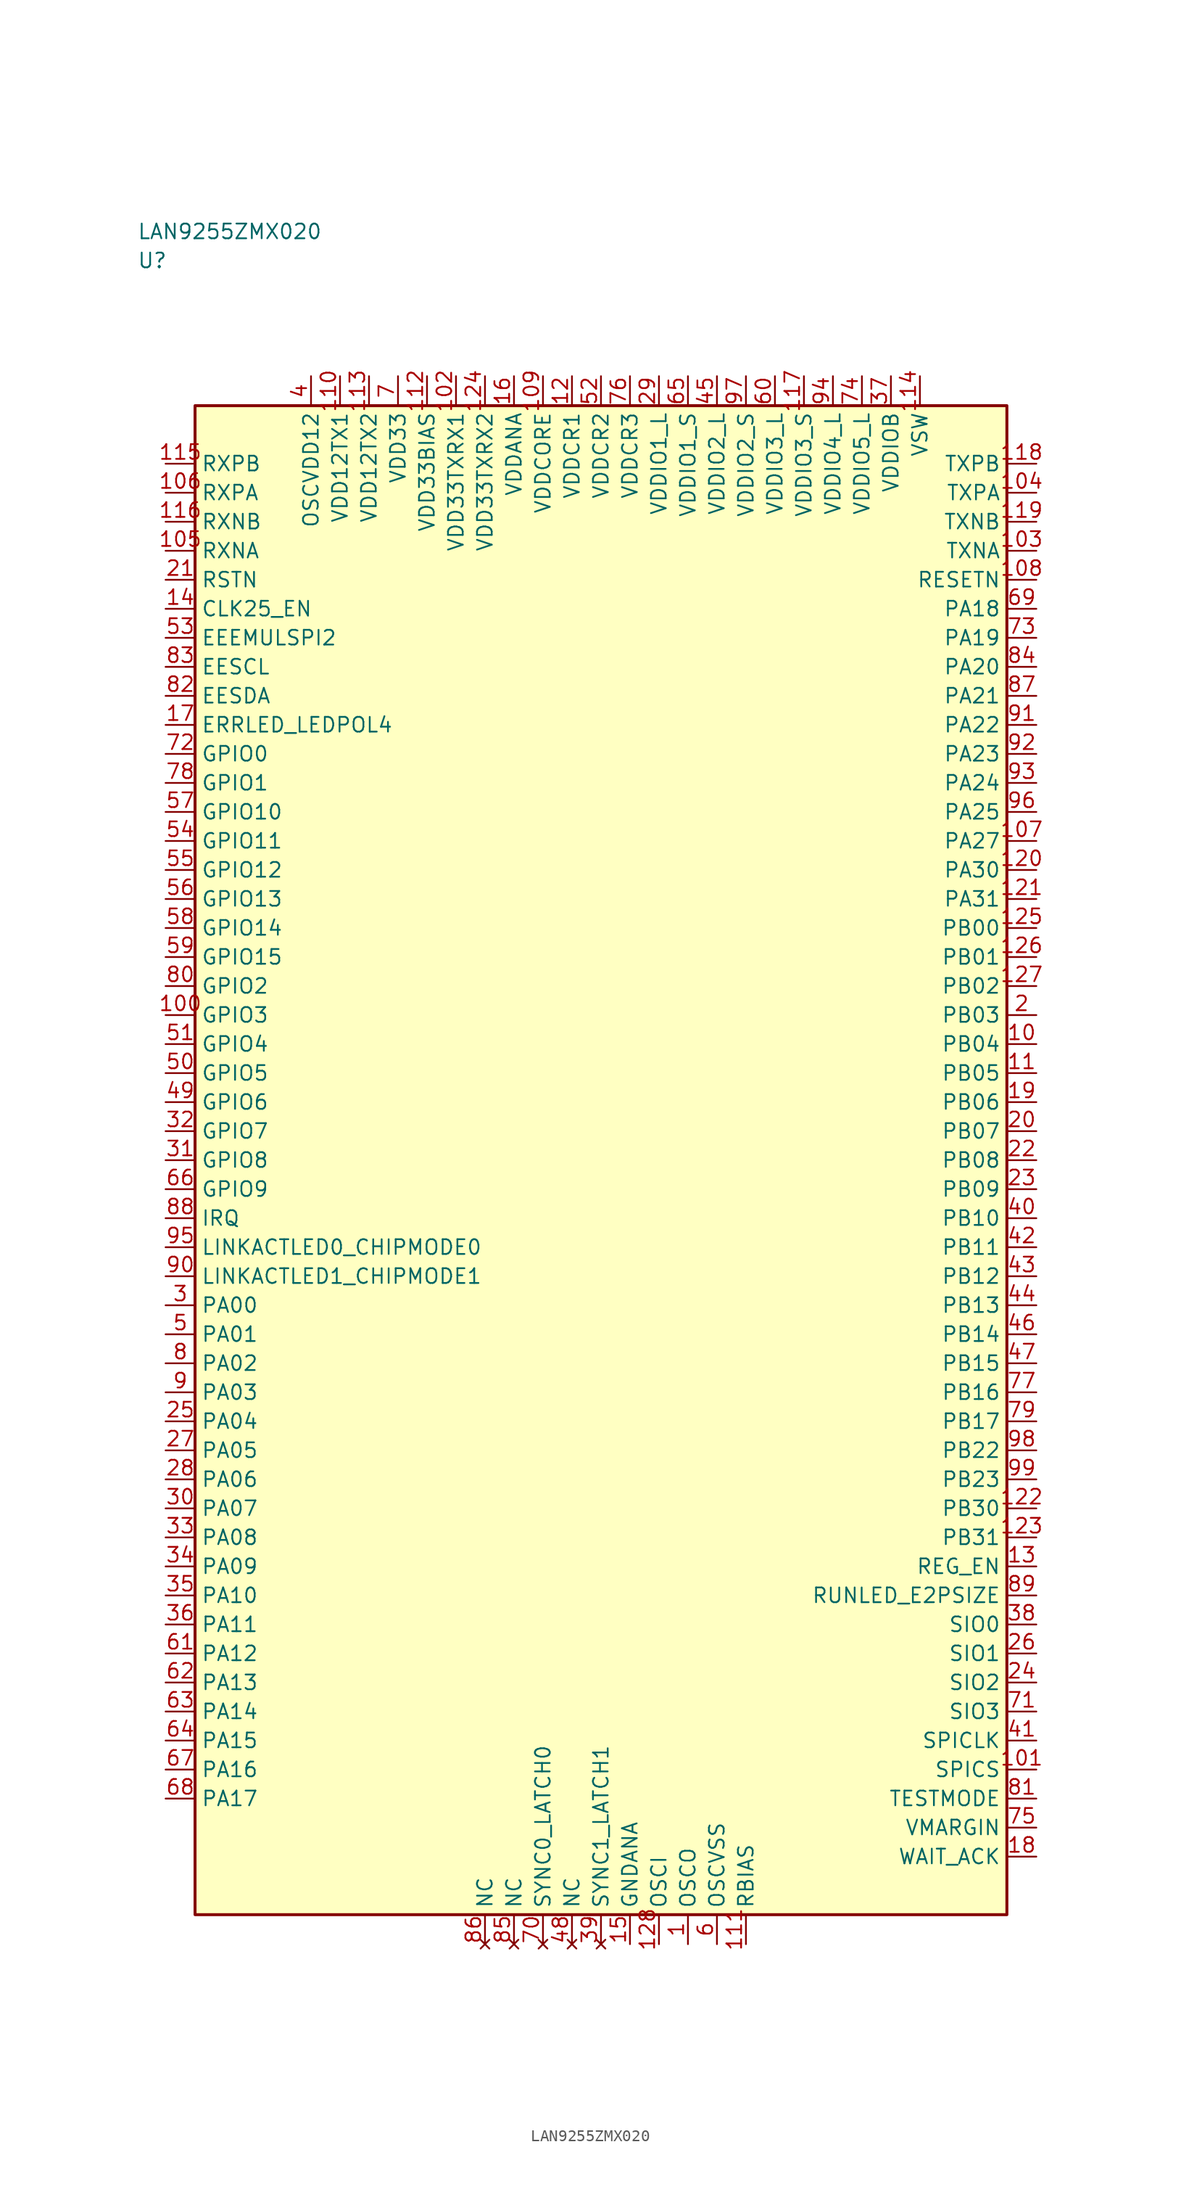
<source format=kicad_sym>
(kicad_symbol_lib
  (version 20241025)
  (generator "kicad_symbol_editor")
  (generator_version "8.0")
  (symbol "LAN9255ZMX020"
    (property "Reference" "U"
      (at -40.0 77.5 0)
      (effects (font (size 1.27 1.27)) (justify left)))
    (property "Value" "LAN9255ZMX020"
      (at -40.0 80.0 0)
      (effects (font (size 1.27 1.27)) (justify left)))
    (symbol "LAN9255ZMX020_0_1"
      (rectangle (start -35.0 65.0) (end 35.0 -65.0) (stroke (width 0.254) (type default)) (fill (type background))))
    (symbol "LAN9255ZMX020_1_1"
      (pin passive line (at 7.5 -67.54 90.0) (length 2.54) (name "OSCO" (effects (font (size 1.27 1.27)))) (number "1" (effects (font (size 1.27 1.27)))))
      (pin bidirectional line (at 37.54 12.5 180.0) (length 2.54) (name "PB03" (effects (font (size 1.27 1.27)))) (number "2" (effects (font (size 1.27 1.27)))))
      (pin bidirectional line (at -37.54 -12.5 0.0) (length 2.54) (name "PA00" (effects (font (size 1.27 1.27)))) (number "3" (effects (font (size 1.27 1.27)))))
      (pin power_in line (at -25.0 67.54 270.0) (length 2.54) (name "OSCVDD12" (effects (font (size 1.27 1.27)))) (number "4" (effects (font (size 1.27 1.27)))))
      (pin bidirectional line (at -37.54 -15.0 0.0) (length 2.54) (name "PA01" (effects (font (size 1.27 1.27)))) (number "5" (effects (font (size 1.27 1.27)))))
      (pin passive line (at 10.0 -67.54 90.0) (length 2.54) (name "OSCVSS" (effects (font (size 1.27 1.27)))) (number "6" (effects (font (size 1.27 1.27)))))
      (pin power_in line (at -17.5 67.54 270.0) (length 2.54) (name "VDD33" (effects (font (size 1.27 1.27)))) (number "7" (effects (font (size 1.27 1.27)))))
      (pin bidirectional line (at -37.54 -17.5 0.0) (length 2.54) (name "PA02" (effects (font (size 1.27 1.27)))) (number "8" (effects (font (size 1.27 1.27)))))
      (pin bidirectional line (at -37.54 -20.0 0.0) (length 2.54) (name "PA03" (effects (font (size 1.27 1.27)))) (number "9" (effects (font (size 1.27 1.27)))))
      (pin bidirectional line (at 37.54 10.0 180.0) (length 2.54) (name "PB04" (effects (font (size 1.27 1.27)))) (number "10" (effects (font (size 1.27 1.27)))))
      (pin bidirectional line (at 37.54 7.5 180.0) (length 2.54) (name "PB05" (effects (font (size 1.27 1.27)))) (number "11" (effects (font (size 1.27 1.27)))))
      (pin power_in line (at -2.5 67.54 270.0) (length 2.54) (name "VDDCR1" (effects (font (size 1.27 1.27)))) (number "12" (effects (font (size 1.27 1.27)))))
      (pin bidirectional line (at 37.54 -35.0 180.0) (length 2.54) (name "REG_EN" (effects (font (size 1.27 1.27)))) (number "13" (effects (font (size 1.27 1.27)))))
      (pin bidirectional line (at -37.54 47.5 0.0) (length 2.54) (name "CLK25_EN" (effects (font (size 1.27 1.27)))) (number "14" (effects (font (size 1.27 1.27)))))
      (pin passive line (at 2.5 -67.54 90.0) (length 2.54) (name "GNDANA" (effects (font (size 1.27 1.27)))) (number "15" (effects (font (size 1.27 1.27)))))
      (pin power_in line (at -7.5 67.54 270.0) (length 2.54) (name "VDDANA" (effects (font (size 1.27 1.27)))) (number "16" (effects (font (size 1.27 1.27)))))
      (pin bidirectional line (at -37.54 37.5 0.0) (length 2.54) (name "ERRLED_LEDPOL4" (effects (font (size 1.27 1.27)))) (number "17" (effects (font (size 1.27 1.27)))))
      (pin bidirectional line (at 37.54 -60.0 180.0) (length 2.54) (name "WAIT_ACK" (effects (font (size 1.27 1.27)))) (number "18" (effects (font (size 1.27 1.27)))))
      (pin bidirectional line (at 37.54 5.0 180.0) (length 2.54) (name "PB06" (effects (font (size 1.27 1.27)))) (number "19" (effects (font (size 1.27 1.27)))))
      (pin bidirectional line (at 37.54 2.5 180.0) (length 2.54) (name "PB07" (effects (font (size 1.27 1.27)))) (number "20" (effects (font (size 1.27 1.27)))))
      (pin input line (at -37.54 50.0 0.0) (length 2.54) (name "RSTN" (effects (font (size 1.27 1.27)))) (number "21" (effects (font (size 1.27 1.27)))))
      (pin bidirectional line (at 37.54 0.0 180.0) (length 2.54) (name "PB08" (effects (font (size 1.27 1.27)))) (number "22" (effects (font (size 1.27 1.27)))))
      (pin bidirectional line (at 37.54 -2.5 180.0) (length 2.54) (name "PB09" (effects (font (size 1.27 1.27)))) (number "23" (effects (font (size 1.27 1.27)))))
      (pin bidirectional line (at 37.54 -45.0 180.0) (length 2.54) (name "SIO2" (effects (font (size 1.27 1.27)))) (number "24" (effects (font (size 1.27 1.27)))))
      (pin bidirectional line (at -37.54 -22.5 0.0) (length 2.54) (name "PA04" (effects (font (size 1.27 1.27)))) (number "25" (effects (font (size 1.27 1.27)))))
      (pin bidirectional line (at 37.54 -42.5 180.0) (length 2.54) (name "SIO1" (effects (font (size 1.27 1.27)))) (number "26" (effects (font (size 1.27 1.27)))))
      (pin bidirectional line (at -37.54 -25.0 0.0) (length 2.54) (name "PA05" (effects (font (size 1.27 1.27)))) (number "27" (effects (font (size 1.27 1.27)))))
      (pin bidirectional line (at -37.54 -27.5 0.0) (length 2.54) (name "PA06" (effects (font (size 1.27 1.27)))) (number "28" (effects (font (size 1.27 1.27)))))
      (pin power_in line (at 5.0 67.54 270.0) (length 2.54) (name "VDDIO1_L" (effects (font (size 1.27 1.27)))) (number "29" (effects (font (size 1.27 1.27)))))
      (pin bidirectional line (at -37.54 -30.0 0.0) (length 2.54) (name "PA07" (effects (font (size 1.27 1.27)))) (number "30" (effects (font (size 1.27 1.27)))))
      (pin bidirectional line (at -37.54 0.0 0.0) (length 2.54) (name "GPIO8" (effects (font (size 1.27 1.27)))) (number "31" (effects (font (size 1.27 1.27)))))
      (pin bidirectional line (at -37.54 2.5 0.0) (length 2.54) (name "GPIO7" (effects (font (size 1.27 1.27)))) (number "32" (effects (font (size 1.27 1.27)))))
      (pin bidirectional line (at -37.54 -32.5 0.0) (length 2.54) (name "PA08" (effects (font (size 1.27 1.27)))) (number "33" (effects (font (size 1.27 1.27)))))
      (pin bidirectional line (at -37.54 -35.0 0.0) (length 2.54) (name "PA09" (effects (font (size 1.27 1.27)))) (number "34" (effects (font (size 1.27 1.27)))))
      (pin bidirectional line (at -37.54 -37.5 0.0) (length 2.54) (name "PA10" (effects (font (size 1.27 1.27)))) (number "35" (effects (font (size 1.27 1.27)))))
      (pin bidirectional line (at -37.54 -40.0 0.0) (length 2.54) (name "PA11" (effects (font (size 1.27 1.27)))) (number "36" (effects (font (size 1.27 1.27)))))
      (pin power_in line (at 25.0 67.54 270.0) (length 2.54) (name "VDDIOB" (effects (font (size 1.27 1.27)))) (number "37" (effects (font (size 1.27 1.27)))))
      (pin bidirectional line (at 37.54 -40.0 180.0) (length 2.54) (name "SIO0" (effects (font (size 1.27 1.27)))) (number "38" (effects (font (size 1.27 1.27)))))
      (pin no_connect line (at 0.0 -67.54 90.0) (length 2.54) (name "SYNC1_LATCH1" (effects (font (size 1.27 1.27)))) (number "39" (effects (font (size 1.27 1.27)))))
      (pin bidirectional line (at 37.54 -5.0 180.0) (length 2.54) (name "PB10" (effects (font (size 1.27 1.27)))) (number "40" (effects (font (size 1.27 1.27)))))
      (pin bidirectional line (at 37.54 -50.0 180.0) (length 2.54) (name "SPICLK" (effects (font (size 1.27 1.27)))) (number "41" (effects (font (size 1.27 1.27)))))
      (pin bidirectional line (at 37.54 -7.5 180.0) (length 2.54) (name "PB11" (effects (font (size 1.27 1.27)))) (number "42" (effects (font (size 1.27 1.27)))))
      (pin bidirectional line (at 37.54 -10.0 180.0) (length 2.54) (name "PB12" (effects (font (size 1.27 1.27)))) (number "43" (effects (font (size 1.27 1.27)))))
      (pin bidirectional line (at 37.54 -12.5 180.0) (length 2.54) (name "PB13" (effects (font (size 1.27 1.27)))) (number "44" (effects (font (size 1.27 1.27)))))
      (pin power_in line (at 10.0 67.54 270.0) (length 2.54) (name "VDDIO2_L" (effects (font (size 1.27 1.27)))) (number "45" (effects (font (size 1.27 1.27)))))
      (pin bidirectional line (at 37.54 -15.0 180.0) (length 2.54) (name "PB14" (effects (font (size 1.27 1.27)))) (number "46" (effects (font (size 1.27 1.27)))))
      (pin bidirectional line (at 37.54 -17.5 180.0) (length 2.54) (name "PB15" (effects (font (size 1.27 1.27)))) (number "47" (effects (font (size 1.27 1.27)))))
      (pin no_connect line (at -2.5 -67.54 90.0) (length 2.54) (name "NC" (effects (font (size 1.27 1.27)))) (number "48" (effects (font (size 1.27 1.27)))))
      (pin bidirectional line (at -37.54 5.0 0.0) (length 2.54) (name "GPIO6" (effects (font (size 1.27 1.27)))) (number "49" (effects (font (size 1.27 1.27)))))
      (pin bidirectional line (at -37.54 7.5 0.0) (length 2.54) (name "GPIO5" (effects (font (size 1.27 1.27)))) (number "50" (effects (font (size 1.27 1.27)))))
      (pin bidirectional line (at -37.54 10.0 0.0) (length 2.54) (name "GPIO4" (effects (font (size 1.27 1.27)))) (number "51" (effects (font (size 1.27 1.27)))))
      (pin power_in line (at 0.0 67.54 270.0) (length 2.54) (name "VDDCR2" (effects (font (size 1.27 1.27)))) (number "52" (effects (font (size 1.27 1.27)))))
      (pin bidirectional line (at -37.54 45.0 0.0) (length 2.54) (name "EEEMULSPI2" (effects (font (size 1.27 1.27)))) (number "53" (effects (font (size 1.27 1.27)))))
      (pin bidirectional line (at -37.54 27.5 0.0) (length 2.54) (name "GPIO11" (effects (font (size 1.27 1.27)))) (number "54" (effects (font (size 1.27 1.27)))))
      (pin bidirectional line (at -37.54 25.0 0.0) (length 2.54) (name "GPIO12" (effects (font (size 1.27 1.27)))) (number "55" (effects (font (size 1.27 1.27)))))
      (pin bidirectional line (at -37.54 22.5 0.0) (length 2.54) (name "GPIO13" (effects (font (size 1.27 1.27)))) (number "56" (effects (font (size 1.27 1.27)))))
      (pin bidirectional line (at -37.54 30.0 0.0) (length 2.54) (name "GPIO10" (effects (font (size 1.27 1.27)))) (number "57" (effects (font (size 1.27 1.27)))))
      (pin bidirectional line (at -37.54 20.0 0.0) (length 2.54) (name "GPIO14" (effects (font (size 1.27 1.27)))) (number "58" (effects (font (size 1.27 1.27)))))
      (pin bidirectional line (at -37.54 17.5 0.0) (length 2.54) (name "GPIO15" (effects (font (size 1.27 1.27)))) (number "59" (effects (font (size 1.27 1.27)))))
      (pin power_in line (at 15.0 67.54 270.0) (length 2.54) (name "VDDIO3_L" (effects (font (size 1.27 1.27)))) (number "60" (effects (font (size 1.27 1.27)))))
      (pin bidirectional line (at -37.54 -42.5 0.0) (length 2.54) (name "PA12" (effects (font (size 1.27 1.27)))) (number "61" (effects (font (size 1.27 1.27)))))
      (pin bidirectional line (at -37.54 -45.0 0.0) (length 2.54) (name "PA13" (effects (font (size 1.27 1.27)))) (number "62" (effects (font (size 1.27 1.27)))))
      (pin bidirectional line (at -37.54 -47.5 0.0) (length 2.54) (name "PA14" (effects (font (size 1.27 1.27)))) (number "63" (effects (font (size 1.27 1.27)))))
      (pin bidirectional line (at -37.54 -50.0 0.0) (length 2.54) (name "PA15" (effects (font (size 1.27 1.27)))) (number "64" (effects (font (size 1.27 1.27)))))
      (pin power_in line (at 7.5 67.54 270.0) (length 2.54) (name "VDDIO1_S" (effects (font (size 1.27 1.27)))) (number "65" (effects (font (size 1.27 1.27)))))
      (pin bidirectional line (at -37.54 -2.5 0.0) (length 2.54) (name "GPIO9" (effects (font (size 1.27 1.27)))) (number "66" (effects (font (size 1.27 1.27)))))
      (pin bidirectional line (at -37.54 -52.5 0.0) (length 2.54) (name "PA16" (effects (font (size 1.27 1.27)))) (number "67" (effects (font (size 1.27 1.27)))))
      (pin bidirectional line (at -37.54 -55.0 0.0) (length 2.54) (name "PA17" (effects (font (size 1.27 1.27)))) (number "68" (effects (font (size 1.27 1.27)))))
      (pin bidirectional line (at 37.54 47.5 180.0) (length 2.54) (name "PA18" (effects (font (size 1.27 1.27)))) (number "69" (effects (font (size 1.27 1.27)))))
      (pin no_connect line (at -5.0 -67.54 90.0) (length 2.54) (name "SYNC0_LATCH0" (effects (font (size 1.27 1.27)))) (number "70" (effects (font (size 1.27 1.27)))))
      (pin bidirectional line (at 37.54 -47.5 180.0) (length 2.54) (name "SIO3" (effects (font (size 1.27 1.27)))) (number "71" (effects (font (size 1.27 1.27)))))
      (pin bidirectional line (at -37.54 35.0 0.0) (length 2.54) (name "GPIO0" (effects (font (size 1.27 1.27)))) (number "72" (effects (font (size 1.27 1.27)))))
      (pin bidirectional line (at 37.54 45.0 180.0) (length 2.54) (name "PA19" (effects (font (size 1.27 1.27)))) (number "73" (effects (font (size 1.27 1.27)))))
      (pin power_in line (at 22.5 67.54 270.0) (length 2.54) (name "VDDIO5_L" (effects (font (size 1.27 1.27)))) (number "74" (effects (font (size 1.27 1.27)))))
      (pin bidirectional line (at 37.54 -57.5 180.0) (length 2.54) (name "VMARGIN" (effects (font (size 1.27 1.27)))) (number "75" (effects (font (size 1.27 1.27)))))
      (pin power_in line (at 2.5 67.54 270.0) (length 2.54) (name "VDDCR3" (effects (font (size 1.27 1.27)))) (number "76" (effects (font (size 1.27 1.27)))))
      (pin bidirectional line (at 37.54 -20.0 180.0) (length 2.54) (name "PB16" (effects (font (size 1.27 1.27)))) (number "77" (effects (font (size 1.27 1.27)))))
      (pin bidirectional line (at -37.54 32.5 0.0) (length 2.54) (name "GPIO1" (effects (font (size 1.27 1.27)))) (number "78" (effects (font (size 1.27 1.27)))))
      (pin bidirectional line (at 37.54 -22.5 180.0) (length 2.54) (name "PB17" (effects (font (size 1.27 1.27)))) (number "79" (effects (font (size 1.27 1.27)))))
      (pin bidirectional line (at -37.54 15.0 0.0) (length 2.54) (name "GPIO2" (effects (font (size 1.27 1.27)))) (number "80" (effects (font (size 1.27 1.27)))))
      (pin bidirectional line (at 37.54 -55.0 180.0) (length 2.54) (name "TESTMODE" (effects (font (size 1.27 1.27)))) (number "81" (effects (font (size 1.27 1.27)))))
      (pin bidirectional line (at -37.54 40.0 0.0) (length 2.54) (name "EESDA" (effects (font (size 1.27 1.27)))) (number "82" (effects (font (size 1.27 1.27)))))
      (pin bidirectional line (at -37.54 42.5 0.0) (length 2.54) (name "EESCL" (effects (font (size 1.27 1.27)))) (number "83" (effects (font (size 1.27 1.27)))))
      (pin bidirectional line (at 37.54 42.5 180.0) (length 2.54) (name "PA20" (effects (font (size 1.27 1.27)))) (number "84" (effects (font (size 1.27 1.27)))))
      (pin no_connect line (at -7.5 -67.54 90.0) (length 2.54) (name "NC" (effects (font (size 1.27 1.27)))) (number "85" (effects (font (size 1.27 1.27)))))
      (pin no_connect line (at -10.0 -67.54 90.0) (length 2.54) (name "NC" (effects (font (size 1.27 1.27)))) (number "86" (effects (font (size 1.27 1.27)))))
      (pin bidirectional line (at 37.54 40.0 180.0) (length 2.54) (name "PA21" (effects (font (size 1.27 1.27)))) (number "87" (effects (font (size 1.27 1.27)))))
      (pin bidirectional line (at -37.54 -5.0 0.0) (length 2.54) (name "IRQ" (effects (font (size 1.27 1.27)))) (number "88" (effects (font (size 1.27 1.27)))))
      (pin bidirectional line (at 37.54 -37.5 180.0) (length 2.54) (name "RUNLED_E2PSIZE" (effects (font (size 1.27 1.27)))) (number "89" (effects (font (size 1.27 1.27)))))
      (pin bidirectional line (at -37.54 -10.0 0.0) (length 2.54) (name "LINKACTLED1_CHIPMODE1" (effects (font (size 1.27 1.27)))) (number "90" (effects (font (size 1.27 1.27)))))
      (pin bidirectional line (at 37.54 37.5 180.0) (length 2.54) (name "PA22" (effects (font (size 1.27 1.27)))) (number "91" (effects (font (size 1.27 1.27)))))
      (pin bidirectional line (at 37.54 35.0 180.0) (length 2.54) (name "PA23" (effects (font (size 1.27 1.27)))) (number "92" (effects (font (size 1.27 1.27)))))
      (pin bidirectional line (at 37.54 32.5 180.0) (length 2.54) (name "PA24" (effects (font (size 1.27 1.27)))) (number "93" (effects (font (size 1.27 1.27)))))
      (pin power_in line (at 20.0 67.54 270.0) (length 2.54) (name "VDDIO4_L" (effects (font (size 1.27 1.27)))) (number "94" (effects (font (size 1.27 1.27)))))
      (pin bidirectional line (at -37.54 -7.5 0.0) (length 2.54) (name "LINKACTLED0_CHIPMODE0" (effects (font (size 1.27 1.27)))) (number "95" (effects (font (size 1.27 1.27)))))
      (pin bidirectional line (at 37.54 30.0 180.0) (length 2.54) (name "PA25" (effects (font (size 1.27 1.27)))) (number "96" (effects (font (size 1.27 1.27)))))
      (pin power_in line (at 12.5 67.54 270.0) (length 2.54) (name "VDDIO2_S" (effects (font (size 1.27 1.27)))) (number "97" (effects (font (size 1.27 1.27)))))
      (pin bidirectional line (at 37.54 -25.0 180.0) (length 2.54) (name "PB22" (effects (font (size 1.27 1.27)))) (number "98" (effects (font (size 1.27 1.27)))))
      (pin bidirectional line (at 37.54 -27.5 180.0) (length 2.54) (name "PB23" (effects (font (size 1.27 1.27)))) (number "99" (effects (font (size 1.27 1.27)))))
      (pin bidirectional line (at -37.54 12.5 0.0) (length 2.54) (name "GPIO3" (effects (font (size 1.27 1.27)))) (number "100" (effects (font (size 1.27 1.27)))))
      (pin bidirectional line (at 37.54 -52.5 180.0) (length 2.54) (name "SPICS" (effects (font (size 1.27 1.27)))) (number "101" (effects (font (size 1.27 1.27)))))
      (pin power_in line (at -12.5 67.54 270.0) (length 2.54) (name "VDD33TXRX1" (effects (font (size 1.27 1.27)))) (number "102" (effects (font (size 1.27 1.27)))))
      (pin output line (at 37.54 52.5 180.0) (length 2.54) (name "TXNA" (effects (font (size 1.27 1.27)))) (number "103" (effects (font (size 1.27 1.27)))))
      (pin output line (at 37.54 57.5 180.0) (length 2.54) (name "TXPA" (effects (font (size 1.27 1.27)))) (number "104" (effects (font (size 1.27 1.27)))))
      (pin input line (at -37.54 52.5 0.0) (length 2.54) (name "RXNA" (effects (font (size 1.27 1.27)))) (number "105" (effects (font (size 1.27 1.27)))))
      (pin input line (at -37.54 57.5 0.0) (length 2.54) (name "RXPA" (effects (font (size 1.27 1.27)))) (number "106" (effects (font (size 1.27 1.27)))))
      (pin bidirectional line (at 37.54 27.5 180.0) (length 2.54) (name "PA27" (effects (font (size 1.27 1.27)))) (number "107" (effects (font (size 1.27 1.27)))))
      (pin output line (at 37.54 50.0 180.0) (length 2.54) (name "RESETN" (effects (font (size 1.27 1.27)))) (number "108" (effects (font (size 1.27 1.27)))))
      (pin power_in line (at -5.0 67.54 270.0) (length 2.54) (name "VDDCORE" (effects (font (size 1.27 1.27)))) (number "109" (effects (font (size 1.27 1.27)))))
      (pin power_in line (at -22.5 67.54 270.0) (length 2.54) (name "VDD12TX1" (effects (font (size 1.27 1.27)))) (number "110" (effects (font (size 1.27 1.27)))))
      (pin passive line (at 12.5 -67.54 90.0) (length 2.54) (name "RBIAS" (effects (font (size 1.27 1.27)))) (number "111" (effects (font (size 1.27 1.27)))))
      (pin power_in line (at -15.0 67.54 270.0) (length 2.54) (name "VDD33BIAS" (effects (font (size 1.27 1.27)))) (number "112" (effects (font (size 1.27 1.27)))))
      (pin power_in line (at -20.0 67.54 270.0) (length 2.54) (name "VDD12TX2" (effects (font (size 1.27 1.27)))) (number "113" (effects (font (size 1.27 1.27)))))
      (pin power_in line (at 27.5 67.54 270.0) (length 2.54) (name "VSW" (effects (font (size 1.27 1.27)))) (number "114" (effects (font (size 1.27 1.27)))))
      (pin input line (at -37.54 60.0 0.0) (length 2.54) (name "RXPB" (effects (font (size 1.27 1.27)))) (number "115" (effects (font (size 1.27 1.27)))))
      (pin input line (at -37.54 55.0 0.0) (length 2.54) (name "RXNB" (effects (font (size 1.27 1.27)))) (number "116" (effects (font (size 1.27 1.27)))))
      (pin power_in line (at 17.5 67.54 270.0) (length 2.54) (name "VDDIO3_S" (effects (font (size 1.27 1.27)))) (number "117" (effects (font (size 1.27 1.27)))))
      (pin output line (at 37.54 60.0 180.0) (length 2.54) (name "TXPB" (effects (font (size 1.27 1.27)))) (number "118" (effects (font (size 1.27 1.27)))))
      (pin output line (at 37.54 55.0 180.0) (length 2.54) (name "TXNB" (effects (font (size 1.27 1.27)))) (number "119" (effects (font (size 1.27 1.27)))))
      (pin bidirectional line (at 37.54 25.0 180.0) (length 2.54) (name "PA30" (effects (font (size 1.27 1.27)))) (number "120" (effects (font (size 1.27 1.27)))))
      (pin bidirectional line (at 37.54 22.5 180.0) (length 2.54) (name "PA31" (effects (font (size 1.27 1.27)))) (number "121" (effects (font (size 1.27 1.27)))))
      (pin bidirectional line (at 37.54 -30.0 180.0) (length 2.54) (name "PB30" (effects (font (size 1.27 1.27)))) (number "122" (effects (font (size 1.27 1.27)))))
      (pin bidirectional line (at 37.54 -32.5 180.0) (length 2.54) (name "PB31" (effects (font (size 1.27 1.27)))) (number "123" (effects (font (size 1.27 1.27)))))
      (pin power_in line (at -10.0 67.54 270.0) (length 2.54) (name "VDD33TXRX2" (effects (font (size 1.27 1.27)))) (number "124" (effects (font (size 1.27 1.27)))))
      (pin bidirectional line (at 37.54 20.0 180.0) (length 2.54) (name "PB00" (effects (font (size 1.27 1.27)))) (number "125" (effects (font (size 1.27 1.27)))))
      (pin bidirectional line (at 37.54 17.5 180.0) (length 2.54) (name "PB01" (effects (font (size 1.27 1.27)))) (number "126" (effects (font (size 1.27 1.27)))))
      (pin bidirectional line (at 37.54 15.0 180.0) (length 2.54) (name "PB02" (effects (font (size 1.27 1.27)))) (number "127" (effects (font (size 1.27 1.27)))))
      (pin passive line (at 5.0 -67.54 90.0) (length 2.54) (name "OSCI" (effects (font (size 1.27 1.27)))) (number "128" (effects (font (size 1.27 1.27))))))))
</source>
